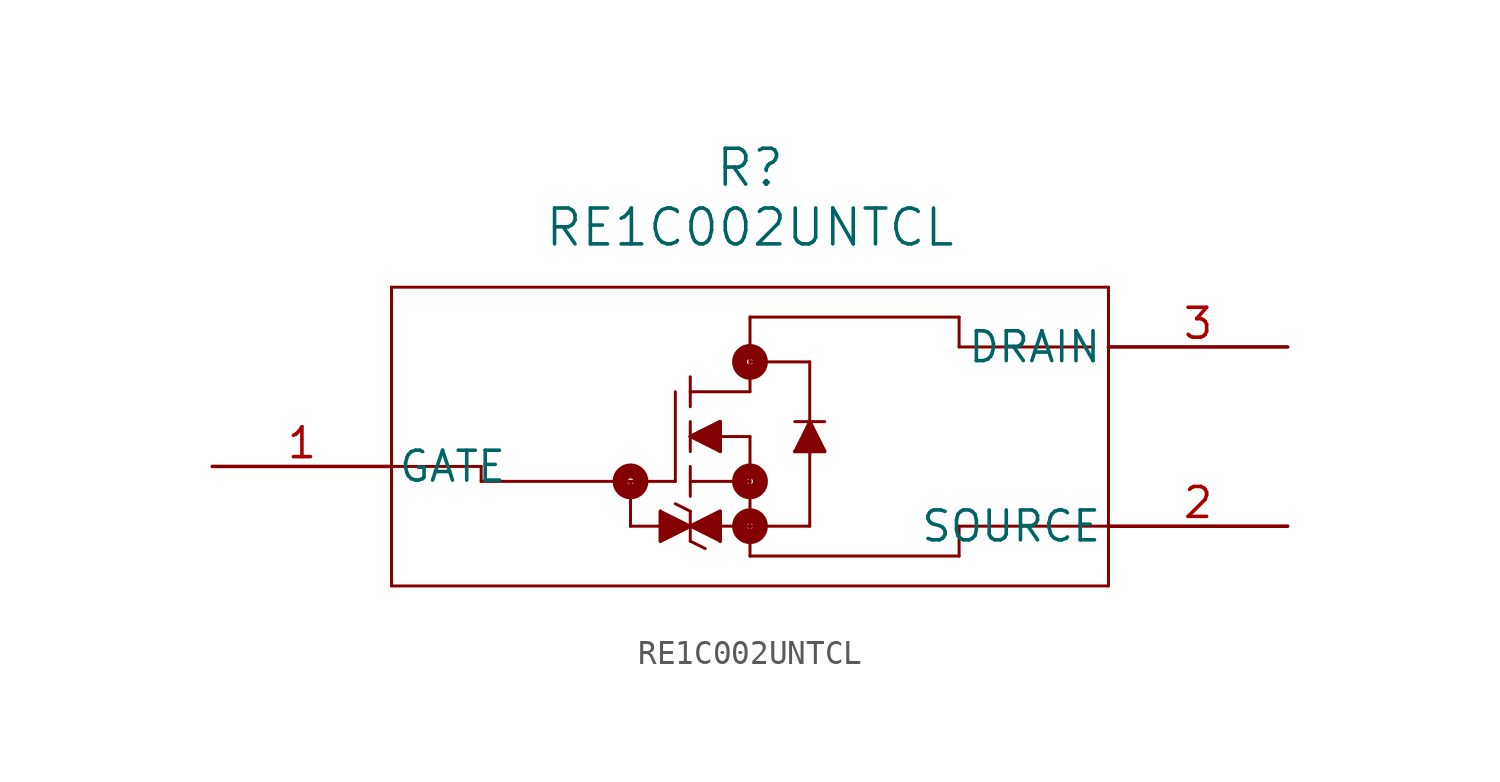
<source format=kicad_sym>
(kicad_symbol_lib
  (version 20211014)
  (generator kicad_symbol_editor)
  (symbol "RE1C002UNTCL"
    (pin_names
      (offset 0.254))
    (property "Reference" "R"
      (at 22.86 12.7 0)
      (effects (font (size 1.524 1.524))))
    (property "Value" "RE1C002UNTCL"
      (at 22.86 10.16 0)
      (effects (font (size 1.524 1.524))))
    (symbol "RE1C002UNTCL_0_1"
      (polyline (pts (xy 7.62 7.62) (xy 7.62 -5.08)) (stroke (width 0.127) (type default) (color 0 0 0 0)) (fill (type none)))
      (polyline (pts (xy 7.62 -5.08) (xy 38.1 -5.08)) (stroke (width 0.127) (type default) (color 0 0 0 0)) (fill (type none)))
      (polyline (pts (xy 38.1 -5.08) (xy 38.1 7.62)) (stroke (width 0.127) (type default) (color 0 0 0 0)) (fill (type none)))
      (polyline (pts (xy 38.1 7.62) (xy 7.62 7.62)) (stroke (width 0.127) (type default) (color 0 0 0 0)) (fill (type none)))
      (polyline (pts (xy 22.86 1.27) (xy 20.32 1.27)) (stroke (width 0.127) (type default) (color 0 0 0 0)) (fill (type none)))
      (polyline (pts (xy 20.32 1.905) (xy 20.32 0.635)) (stroke (width 0.127) (type default) (color 0 0 0 0)) (fill (type none)))
      (polyline (pts (xy 20.32 2.54) (xy 20.32 3.81)) (stroke (width 0.127) (type default) (color 0 0 0 0)) (fill (type none)))
      (polyline (pts (xy 20.32 0) (xy 20.32 -1.27)) (stroke (width 0.127) (type default) (color 0 0 0 0)) (fill (type none)))
      (polyline (pts (xy 20.32 -0.635) (xy 22.86 -0.635)) (stroke (width 0.127) (type default) (color 0 0 0 0)) (fill (type none)))
      (polyline (pts (xy 20.32 3.175) (xy 22.86 3.175)) (stroke (width 0.127) (type default) (color 0 0 0 0)) (fill (type none)))
      (polyline (pts (xy 22.86 3.175) (xy 22.86 6.35)) (stroke (width 0.127) (type default) (color 0 0 0 0)) (fill (type none)))
      (polyline (pts (xy 22.86 1.27) (xy 22.86 -3.81)) (stroke (width 0.127) (type default) (color 0 0 0 0)) (fill (type none)))
      (polyline (pts (xy 19.685 3.175) (xy 19.685 -0.635)) (stroke (width 0.127) (type default) (color 0 0 0 0)) (fill (type none)))
      (polyline (pts (xy 22.86 4.445) (xy 25.4 4.445)) (stroke (width 0.127) (type default) (color 0 0 0 0)) (fill (type none)))
      (polyline (pts (xy 17.78 -2.54) (xy 25.4 -2.54)) (stroke (width 0.127) (type default) (color 0 0 0 0)) (fill (type none)))
      (polyline (pts (xy 25.4 -2.54) (xy 25.4 4.445)) (stroke (width 0.127) (type default) (color 0 0 0 0)) (fill (type none)))
      (polyline (pts (xy 19.685 -0.635) (xy 11.43 -0.635)) (stroke (width 0.127) (type default) (color 0 0 0 0)) (fill (type none)))
      (polyline (pts (xy 11.43 -0.635) (xy 11.43 0)) (stroke (width 0.127) (type default) (color 0 0 0 0)) (fill (type none)))
      (polyline (pts (xy 11.43 0) (xy 7.62 0)) (stroke (width 0.127) (type default) (color 0 0 0 0)) (fill (type none)))
      (polyline (pts (xy 20.32 -2.54) (xy 21.59 -1.905)) (stroke (width 0.127) (type default) (color 0 0 0 0)) (fill (type none)))
      (polyline (pts (xy 21.59 -1.905) (xy 21.59 -3.175)) (stroke (width 0.127) (type default) (color 0 0 0 0)) (fill (type none)))
      (polyline (pts (xy 21.59 -3.175) (xy 20.32 -2.54)) (stroke (width 0.127) (type default) (color 0 0 0 0)) (fill (type none)))
      (polyline (pts (xy 20.32 -2.54) (xy 19.05 -1.905)) (stroke (width 0.127) (type default) (color 0 0 0 0)) (fill (type none)))
      (polyline (pts (xy 19.05 -1.905) (xy 19.05 -3.175)) (stroke (width 0.127) (type default) (color 0 0 0 0)) (fill (type none)))
      (polyline (pts (xy 19.05 -3.175) (xy 20.32 -2.54)) (stroke (width 0.127) (type default) (color 0 0 0 0)) (fill (type none)))
      (polyline (pts (xy 20.32 -1.905) (xy 20.32 -3.175)) (stroke (width 0.127) (type default) (color 0 0 0 0)) (fill (type none)))
      (polyline (pts (xy 20.32 -1.905) (xy 19.685 -1.587)) (stroke (width 0.127) (type default) (color 0 0 0 0)) (fill (type none)))
      (polyline (pts (xy 20.32 -3.175) (xy 20.955 -3.493)) (stroke (width 0.127) (type default) (color 0 0 0 0)) (fill (type none)))
      (polyline (pts (xy 17.78 -0.635) (xy 17.78 -2.54)) (stroke (width 0.127) (type default) (color 0 0 0 0)) (fill (type none)))
      (polyline (pts (xy 20.32 1.27) (xy 21.59 1.905)) (stroke (width 0.127) (type default) (color 0 0 0 0)) (fill (type none)))
      (polyline (pts (xy 21.59 1.905) (xy 21.59 0.635)) (stroke (width 0.127) (type default) (color 0 0 0 0)) (fill (type none)))
      (polyline (pts (xy 21.59 0.635) (xy 20.32 1.27)) (stroke (width 0.127) (type default) (color 0 0 0 0)) (fill (type none)))
      (polyline (pts (xy 25.4 1.905) (xy 24.765 0.635)) (stroke (width 0.127) (type default) (color 0 0 0 0)) (fill (type none)))
      (polyline (pts (xy 24.765 0.635) (xy 26.035 0.635)) (stroke (width 0.127) (type default) (color 0 0 0 0)) (fill (type none)))
      (polyline (pts (xy 26.035 0.635) (xy 25.4 1.905)) (stroke (width 0.127) (type default) (color 0 0 0 0)) (fill (type none)))
      (polyline (pts (xy 24.765 1.905) (xy 26.035 1.905)) (stroke (width 0.127) (type default) (color 0 0 0 0)) (fill (type none)))
      (polyline (pts (xy 22.86 6.35) (xy 31.75 6.35)) (stroke (width 0.127) (type default) (color 0 0 0 0)) (fill (type none)))
      (polyline (pts (xy 31.75 6.35) (xy 31.75 5.08)) (stroke (width 0.127) (type default) (color 0 0 0 0)) (fill (type none)))
      (polyline (pts (xy 31.75 5.08) (xy 37.465 5.08)) (stroke (width 0.127) (type default) (color 0 0 0 0)) (fill (type none)))
      (polyline (pts (xy 38.1 -2.54) (xy 31.75 -2.54)) (stroke (width 0.127) (type default) (color 0 0 0 0)) (fill (type none)))
      (polyline (pts (xy 31.75 -2.54) (xy 31.75 -3.81)) (stroke (width 0.127) (type default) (color 0 0 0 0)) (fill (type none)))
      (polyline (pts (xy 31.75 -3.81) (xy 22.86 -3.81)) (stroke (width 0.127) (type default) (color 0 0 0 0)) (fill (type none)))
      (polyline (pts (xy 20.32 1.27) (xy 21.59 1.905) (xy 21.59 0.635)) (stroke (width 0) (type default) (color 0 0 0 0)) (fill (type outline)))
      (polyline (pts (xy 24.765 0.635) (xy 26.035 0.635) (xy 25.4 1.905)) (stroke (width 0) (type default) (color 0 0 0 0)) (fill (type outline)))
      (polyline (pts (xy 19.05 -1.905) (xy 19.05 -3.175) (xy 21.59 -1.905) (xy 21.59 -3.175)) (stroke (width 0) (type default) (color 0 0 0 0)) (fill (type outline)))
      (circle (center 17.78 -0.635) (radius 0.127) (stroke (width 0.635) (type default) (color 0 0 0 0)) (fill (type none)))
      (circle (center 22.86 -2.54) (radius 0.127) (stroke (width 0.635) (type default) (color 0 0 0 0)) (fill (type none)))
      (circle (center 22.86 -0.635) (radius 0.127) (stroke (width 0.635) (type default) (color 0 0 0 0)) (fill (type none)))
      (circle (center 22.86 4.445) (radius 0.127) (stroke (width 0.635) (type default) (color 0 0 0 0)) (fill (type none)))
      (pin unspecified line (at 0 0 0) (length 7.62) (name "GATE" (effects (font (size 1.27 1.27)))) (number "1" (effects (font (size 1.27 1.27)))))
      (pin unspecified line (at 45.72 -2.54 180) (length 7.62) (name "SOURCE" (effects (font (size 1.27 1.27)))) (number "2" (effects (font (size 1.27 1.27)))))
      (pin unspecified line (at 45.72 5.08 180) (length 7.62) (name "DRAIN" (effects (font (size 1.27 1.27)))) (number "3" (effects (font (size 1.27 1.27))))))))
</source>
